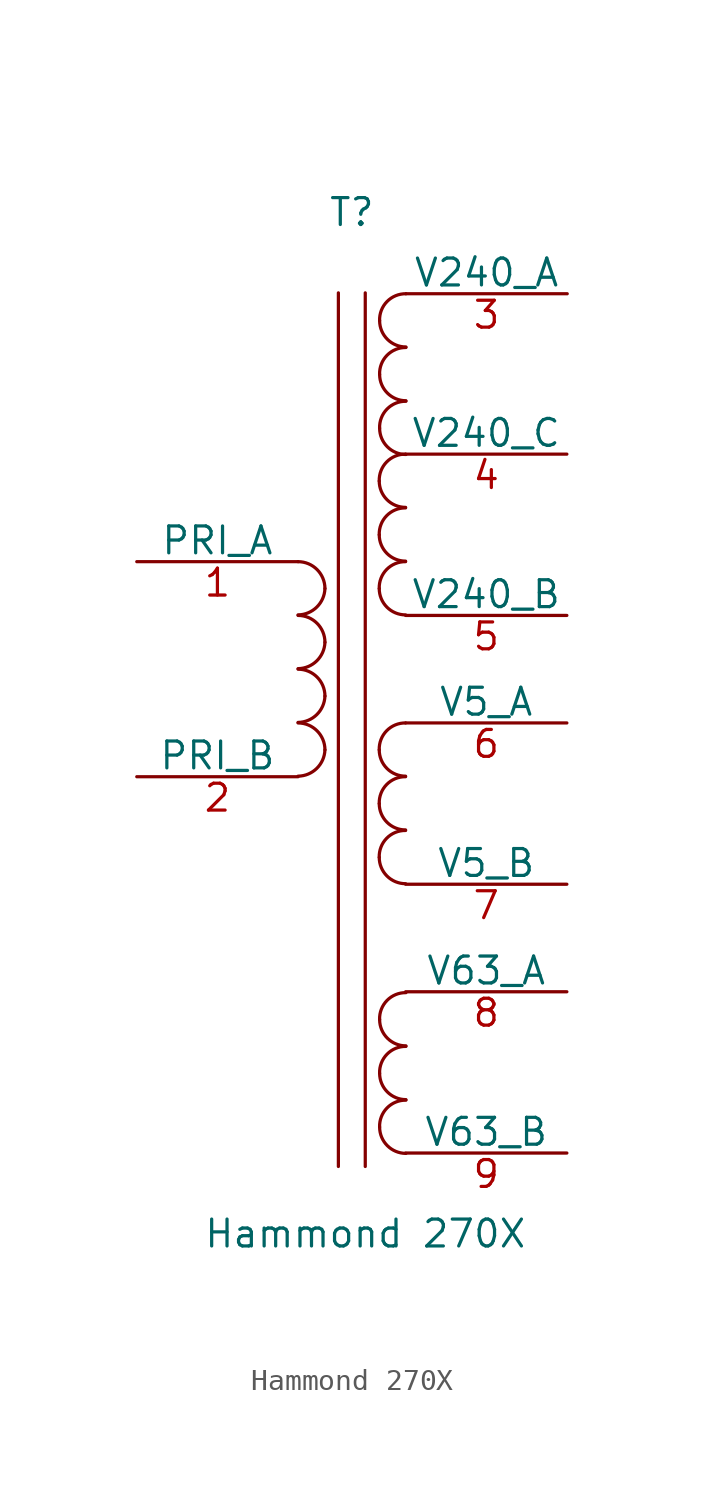
<source format=kicad_sym>
(kicad_symbol_lib
  (version 20211014)
  (generator kicad_symbol_editor)
  (symbol "Hammond 270X"
    (pin_names
      (offset 0))
    (property "Reference" "T"
      (at 0 21.59 0)
      (effects (font (size 1.27 1.27))))
    (property "Value" "Hammond 270X"
      (at 0.635 -26.67 0)
      (effects (font (size 1.27 1.27))))
    (symbol "Hammond 270X_0_1"
      (arc (start -2.54 -5.0546) (mid -1.6599 -4.6901) (end -1.27 -3.81) (stroke (width 0) (type default) (color 0 0 0 0)) (fill (type none)))
      (arc (start -2.54 -2.5146) (mid -1.6599 -2.1501) (end -1.27 -1.27) (stroke (width 0) (type default) (color 0 0 0 0)) (fill (type none)))
      (arc (start -2.54 0.0254) (mid -1.6599 0.3899) (end -1.27 1.27) (stroke (width 0) (type default) (color 0 0 0 0)) (fill (type none)))
      (arc (start -2.54 2.5654) (mid -1.6599 2.9299) (end -1.27 3.81) (stroke (width 0) (type default) (color 0 0 0 0)) (fill (type none)))
      (arc (start -1.27 -3.81) (mid -1.642 -2.912) (end -2.54 -2.54) (stroke (width 0) (type default) (color 0 0 0 0)) (fill (type none)))
      (arc (start -1.27 -1.27) (mid -1.642 -0.372) (end -2.54 0) (stroke (width 0) (type default) (color 0 0 0 0)) (fill (type none)))
      (arc (start -1.27 1.27) (mid -1.642 2.168) (end -2.54 2.54) (stroke (width 0) (type default) (color 0 0 0 0)) (fill (type none)))
      (arc (start -1.27 3.81) (mid -1.642 4.708) (end -2.54 5.08) (stroke (width 0) (type default) (color 0 0 0 0)) (fill (type none)))
      (polyline (pts (xy -0.635 -23.495) (xy -0.635 17.78)) (stroke (width 0) (type default) (color 0 0 0 0)) (fill (type none)))
      (polyline (pts (xy 0.635 17.78) (xy 0.635 -23.495)) (stroke (width 0) (type default) (color 0 0 0 0)) (fill (type none)))
      (arc (start 1.2954 -8.89) (mid 1.6599 -9.7701) (end 2.54 -10.1346) (stroke (width 0) (type default) (color 0 0 0 0)) (fill (type none)))
      (arc (start 1.2954 -6.35) (mid 1.6599 -7.2301) (end 2.54 -7.5946) (stroke (width 0) (type default) (color 0 0 0 0)) (fill (type none)))
      (arc (start 1.2954 -3.81) (mid 1.6599 -4.6901) (end 2.54 -5.0546) (stroke (width 0) (type default) (color 0 0 0 0)) (fill (type none)))
      (arc (start 1.2954 3.81) (mid 1.6599 2.9299) (end 2.54 2.5654) (stroke (width 0) (type default) (color 0 0 0 0)) (fill (type none)))
      (arc (start 1.2954 6.35) (mid 1.6599 5.4699) (end 2.54 5.1054) (stroke (width 0) (type default) (color 0 0 0 0)) (fill (type none)))
      (arc (start 1.2954 8.89) (mid 1.6599 8.0099) (end 2.54 7.6454) (stroke (width 0) (type default) (color 0 0 0 0)) (fill (type none)))
      (arc (start 1.3124 -21.632) (mid 1.6769 -22.5121) (end 2.557 -22.8766) (stroke (width 0) (type default) (color 0 0 0 0)) (fill (type none)))
      (arc (start 1.3124 -19.092) (mid 1.6769 -19.9721) (end 2.557 -20.3366) (stroke (width 0) (type default) (color 0 0 0 0)) (fill (type none)))
      (arc (start 1.3124 -16.552) (mid 1.6769 -17.4321) (end 2.557 -17.7966) (stroke (width 0) (type default) (color 0 0 0 0)) (fill (type none)))
      (arc (start 1.3124 11.388) (mid 1.6769 10.5079) (end 2.557 10.1434) (stroke (width 0) (type default) (color 0 0 0 0)) (fill (type none)))
      (arc (start 1.3124 13.928) (mid 1.6769 13.0479) (end 2.557 12.6834) (stroke (width 0) (type default) (color 0 0 0 0)) (fill (type none)))
      (arc (start 1.3124 16.468) (mid 1.6769 15.5879) (end 2.557 15.2234) (stroke (width 0) (type default) (color 0 0 0 0)) (fill (type none)))
      (arc (start 2.54 -7.62) (mid 1.642 -7.992) (end 1.2954 -8.89) (stroke (width 0) (type default) (color 0 0 0 0)) (fill (type none)))
      (arc (start 2.54 -5.08) (mid 1.642 -5.452) (end 1.2954 -6.35) (stroke (width 0) (type default) (color 0 0 0 0)) (fill (type none)))
      (arc (start 2.54 -2.54) (mid 1.642 -2.912) (end 1.2954 -3.81) (stroke (width 0) (type default) (color 0 0 0 0)) (fill (type none)))
      (arc (start 2.54 5.08) (mid 1.642 4.708) (end 1.2954 3.81) (stroke (width 0) (type default) (color 0 0 0 0)) (fill (type none)))
      (arc (start 2.54 7.62) (mid 1.642 7.248) (end 1.2954 6.35) (stroke (width 0) (type default) (color 0 0 0 0)) (fill (type none)))
      (arc (start 2.54 10.16) (mid 1.642 9.788) (end 1.2954 8.89) (stroke (width 0) (type default) (color 0 0 0 0)) (fill (type none)))
      (arc (start 2.557 -20.362) (mid 1.6628 -20.7305) (end 1.3124 -21.632) (stroke (width 0) (type default) (color 0 0 0 0)) (fill (type none)))
      (arc (start 2.557 -17.822) (mid 1.6628 -18.1905) (end 1.3124 -19.092) (stroke (width 0) (type default) (color 0 0 0 0)) (fill (type none)))
      (arc (start 2.557 -15.282) (mid 1.6628 -15.6505) (end 1.3124 -16.552) (stroke (width 0) (type default) (color 0 0 0 0)) (fill (type none)))
      (arc (start 2.557 12.658) (mid 1.6628 12.2895) (end 1.3124 11.388) (stroke (width 0) (type default) (color 0 0 0 0)) (fill (type none)))
      (arc (start 2.557 15.198) (mid 1.6628 14.8295) (end 1.3124 13.928) (stroke (width 0) (type default) (color 0 0 0 0)) (fill (type none)))
      (arc (start 2.557 17.738) (mid 1.6628 17.3695) (end 1.3124 16.468) (stroke (width 0) (type default) (color 0 0 0 0)) (fill (type none))))
    (symbol "Hammond 270X_1_1"
      (pin passive line (at -10.16 5.08 0) (length 7.62) (name "PRI_A" (effects (font (size 1.27 1.27)))) (number "1" (effects (font (size 1.27 1.27)))))
      (pin passive line (at -10.16 -5.08 0) (length 7.62) (name "PRI_B" (effects (font (size 1.27 1.27)))) (number "2" (effects (font (size 1.27 1.27)))))
      (pin passive line (at 10.177 17.738 180) (length 7.62) (name "V240_A" (effects (font (size 1.27 1.27)))) (number "3" (effects (font (size 1.27 1.27)))))
      (pin passive line (at 10.16 10.16 180) (length 7.62) (name "V240_C" (effects (font (size 1.27 1.27)))) (number "4" (effects (font (size 1.27 1.27)))))
      (pin passive line (at 10.16 2.54 180) (length 7.62) (name "V240_B" (effects (font (size 1.27 1.27)))) (number "5" (effects (font (size 1.27 1.27)))))
      (pin passive line (at 10.16 -2.54 180) (length 7.62) (name "V5_A" (effects (font (size 1.27 1.27)))) (number "6" (effects (font (size 1.27 1.27)))))
      (pin passive line (at 10.16 -10.16 180) (length 7.62) (name "V5_B" (effects (font (size 1.27 1.27)))) (number "7" (effects (font (size 1.27 1.27)))))
      (pin passive line (at 10.16 -15.24 180) (length 7.62) (name "V63_A" (effects (font (size 1.27 1.27)))) (number "8" (effects (font (size 1.27 1.27)))))
      (pin passive line (at 10.16 -22.86 180) (length 7.62) (name "V63_B" (effects (font (size 1.27 1.27)))) (number "9" (effects (font (size 1.27 1.27))))))))
</source>
